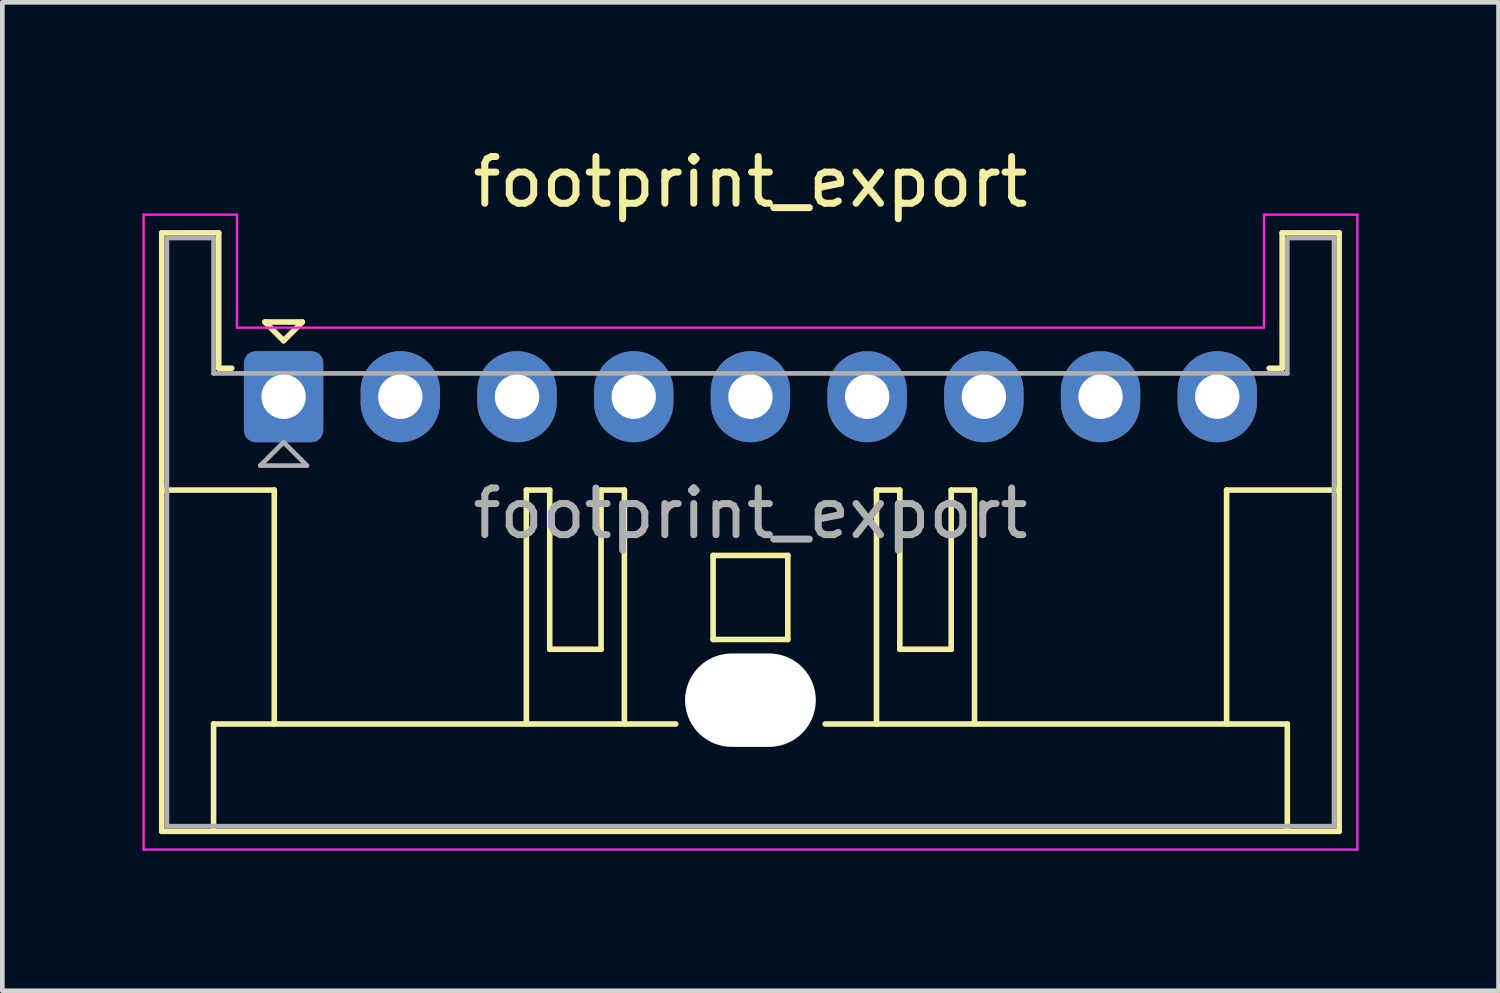
<source format=kicad_pcb>
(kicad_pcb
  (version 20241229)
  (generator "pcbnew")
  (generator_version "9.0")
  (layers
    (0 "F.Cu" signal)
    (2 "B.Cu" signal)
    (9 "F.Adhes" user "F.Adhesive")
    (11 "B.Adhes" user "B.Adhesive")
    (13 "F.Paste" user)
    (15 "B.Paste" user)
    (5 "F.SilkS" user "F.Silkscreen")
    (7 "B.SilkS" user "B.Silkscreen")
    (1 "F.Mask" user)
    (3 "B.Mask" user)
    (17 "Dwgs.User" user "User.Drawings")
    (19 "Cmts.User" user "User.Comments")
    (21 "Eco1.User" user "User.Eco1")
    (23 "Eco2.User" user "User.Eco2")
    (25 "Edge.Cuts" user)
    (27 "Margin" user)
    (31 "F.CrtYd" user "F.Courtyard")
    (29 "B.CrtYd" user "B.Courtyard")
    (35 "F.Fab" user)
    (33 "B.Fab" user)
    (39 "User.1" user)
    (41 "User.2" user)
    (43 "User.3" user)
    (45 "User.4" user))
  (footprint "footprint_export"
    (layer "F.Cu")
    (at 3.025 5.448)
    (property "Reference" "footprint_export" (at 10 -4.6 0) (layer "F.SilkS") (effects (font (size 1 1) (thickness 0.15))))
    (attr through_hole)
    (fp_line (start -2.61 -3.51) (end -2.61 9.31) (stroke (width 0.12) (type solid)) (layer "F.SilkS"))
    (fp_line (start -2.61 9.31) (end 22.61 9.31) (stroke (width 0.12) (type solid)) (layer "F.SilkS"))
    (fp_line (start -1.5 7.01) (end 8.4 7.01) (stroke (width 0.12) (type solid)) (layer "F.SilkS"))
    (fp_line (start -1.5 9.31) (end -1.5 7.01) (stroke (width 0.12) (type solid)) (layer "F.SilkS"))
    (fp_line (start -1.39 -3.51) (end -2.61 -3.51) (stroke (width 0.12) (type solid)) (layer "F.SilkS"))
    (fp_line (start -1.39 -0.61) (end -1.39 -3.51) (stroke (width 0.12) (type solid)) (layer "F.SilkS"))
    (fp_line (start -1.11 -0.61) (end -1.39 -0.61) (stroke (width 0.12) (type solid)) (layer "F.SilkS"))
    (fp_line (start -0.4 -1.6) (end 0.4 -1.6) (stroke (width 0.12) (type solid)) (layer "F.SilkS"))
    (fp_line (start -0.2 2) (end -2.61 2) (stroke (width 0.12) (type solid)) (layer "F.SilkS"))
    (fp_line (start -0.2 7.01) (end -0.2 2) (stroke (width 0.12) (type solid)) (layer "F.SilkS"))
    (fp_line (start 0 -1.2) (end -0.4 -1.6) (stroke (width 0.12) (type solid)) (layer "F.SilkS"))
    (fp_line (start 0.4 -1.6) (end 0 -1.2) (stroke (width 0.12) (type solid)) (layer "F.SilkS"))
    (fp_line (start 5.2 2) (end 5.2 7.01) (stroke (width 0.12) (type solid)) (layer "F.SilkS"))
    (fp_line (start 5.7 2) (end 5.2 2) (stroke (width 0.12) (type solid)) (layer "F.SilkS"))
    (fp_line (start 5.7 5.41) (end 5.7 2) (stroke (width 0.12) (type solid)) (layer "F.SilkS"))
    (fp_line (start 6.8 2) (end 6.8 5.41) (stroke (width 0.12) (type solid)) (layer "F.SilkS"))
    (fp_line (start 6.8 5.41) (end 5.7 5.41) (stroke (width 0.12) (type solid)) (layer "F.SilkS"))
    (fp_line (start 7.3 2) (end 6.8 2) (stroke (width 0.12) (type solid)) (layer "F.SilkS"))
    (fp_line (start 7.3 7.01) (end 7.3 2) (stroke (width 0.12) (type solid)) (layer "F.SilkS"))
    (fp_line (start 9.2 3.4) (end 10.8 3.4) (stroke (width 0.12) (type solid)) (layer "F.SilkS"))
    (fp_line (start 9.2 5.2) (end 9.2 3.4) (stroke (width 0.12) (type solid)) (layer "F.SilkS"))
    (fp_line (start 10.8 3.4) (end 10.8 5.2) (stroke (width 0.12) (type solid)) (layer "F.SilkS"))
    (fp_line (start 10.8 5.2) (end 9.2 5.2) (stroke (width 0.12) (type solid)) (layer "F.SilkS"))
    (fp_line (start 11.6 7.01) (end 21.5 7.01) (stroke (width 0.12) (type solid)) (layer "F.SilkS"))
    (fp_line (start 12.7 2) (end 13.2 2) (stroke (width 0.12) (type solid)) (layer "F.SilkS"))
    (fp_line (start 12.7 7.01) (end 12.7 2) (stroke (width 0.12) (type solid)) (layer "F.SilkS"))
    (fp_line (start 13.2 2) (end 13.2 5.41) (stroke (width 0.12) (type solid)) (layer "F.SilkS"))
    (fp_line (start 13.2 5.41) (end 14.3 5.41) (stroke (width 0.12) (type solid)) (layer "F.SilkS"))
    (fp_line (start 14.3 2) (end 14.8 2) (stroke (width 0.12) (type solid)) (layer "F.SilkS"))
    (fp_line (start 14.3 5.41) (end 14.3 2) (stroke (width 0.12) (type solid)) (layer "F.SilkS"))
    (fp_line (start 14.8 2) (end 14.8 7.01) (stroke (width 0.12) (type solid)) (layer "F.SilkS"))
    (fp_line (start 20.2 2) (end 22.61 2) (stroke (width 0.12) (type solid)) (layer "F.SilkS"))
    (fp_line (start 20.2 7.01) (end 20.2 2) (stroke (width 0.12) (type solid)) (layer "F.SilkS"))
    (fp_line (start 21.39 -3.51) (end 21.39 -0.61) (stroke (width 0.12) (type solid)) (layer "F.SilkS"))
    (fp_line (start 21.39 -0.61) (end 21.11 -0.61) (stroke (width 0.12) (type solid)) (layer "F.SilkS"))
    (fp_line (start 21.5 7.01) (end 21.5 9.31) (stroke (width 0.12) (type solid)) (layer "F.SilkS"))
    (fp_line (start 22.61 -3.51) (end 21.39 -3.51) (stroke (width 0.12) (type solid)) (layer "F.SilkS"))
    (fp_line (start 22.61 9.31) (end 22.61 -3.51) (stroke (width 0.12) (type solid)) (layer "F.SilkS"))
    (fp_line (start -3 -3.9) (end -3 9.7) (stroke (width 0.05) (type solid)) (layer "F.CrtYd"))
    (fp_line (start -3 9.7) (end 23 9.7) (stroke (width 0.05) (type solid)) (layer "F.CrtYd"))
    (fp_line (start -1 -3.9) (end -3 -3.9) (stroke (width 0.05) (type solid)) (layer "F.CrtYd"))
    (fp_line (start -1 -1.48) (end -1 -3.9) (stroke (width 0.05) (type solid)) (layer "F.CrtYd"))
    (fp_line (start 21 -3.9) (end 21 -1.48) (stroke (width 0.05) (type solid)) (layer "F.CrtYd"))
    (fp_line (start 21 -1.48) (end -1 -1.48) (stroke (width 0.05) (type solid)) (layer "F.CrtYd"))
    (fp_line (start 23 -3.9) (end 21 -3.9) (stroke (width 0.05) (type solid)) (layer "F.CrtYd"))
    (fp_line (start 23 9.7) (end 23 -3.9) (stroke (width 0.05) (type solid)) (layer "F.CrtYd"))
    (fp_line (start -2.5 -3.4) (end -2.5 9.2) (stroke (width 0.1) (type solid)) (layer "F.Fab"))
    (fp_line (start -2.5 9.2) (end 22.5 9.2) (stroke (width 0.1) (type solid)) (layer "F.Fab"))
    (fp_line (start -1.5 -3.4) (end -2.5 -3.4) (stroke (width 0.1) (type solid)) (layer "F.Fab"))
    (fp_line (start -1.5 -0.5) (end -1.5 -3.4) (stroke (width 0.1) (type solid)) (layer "F.Fab"))
    (fp_line (start -0.5 1.475) (end 0.5 1.475) (stroke (width 0.1) (type solid)) (layer "F.Fab"))
    (fp_line (start 0 0.975) (end -0.5 1.475) (stroke (width 0.1) (type solid)) (layer "F.Fab"))
    (fp_line (start 0.5 1.475) (end 0 0.975) (stroke (width 0.1) (type solid)) (layer "F.Fab"))
    (fp_line (start 21.5 -3.4) (end 21.5 -0.5) (stroke (width 0.1) (type solid)) (layer "F.Fab"))
    (fp_line (start 21.5 -0.5) (end -1.5 -0.5) (stroke (width 0.1) (type solid)) (layer "F.Fab"))
    (fp_line (start 22.5 -3.4) (end 21.5 -3.4) (stroke (width 0.1) (type solid)) (layer "F.Fab"))
    (fp_line (start 22.5 9.2) (end 22.5 -3.4) (stroke (width 0.1) (type solid)) (layer "F.Fab"))
    (fp_text user "${REFERENCE}" (at 10 2.5 0) (layer "F.Fab") (effects (font (size 1 1) (thickness 0.15))))
    (pad "" np_thru_hole oval (at 10 6.5) (size 2.8 2) (drill oval 2.8 2) (layers "*.Cu" "*.Mask"))
    (pad "1" thru_hole roundrect (at 0 0) (size 1.7 1.95) (drill 0.95) (layers "*.Cu" "*.Mask") (roundrect_rratio 0.147))
    (pad "2" thru_hole oval (at 2.5 0) (size 1.7 1.95) (drill 0.95) (layers "*.Cu" "*.Mask"))
    (pad "3" thru_hole oval (at 5 0) (size 1.7 1.95) (drill 0.95) (layers "*.Cu" "*.Mask"))
    (pad "4" thru_hole oval (at 7.5 0) (size 1.7 1.95) (drill 0.95) (layers "*.Cu" "*.Mask"))
    (pad "5" thru_hole oval (at 10 0) (size 1.7 1.95) (drill 0.95) (layers "*.Cu" "*.Mask"))
    (pad "6" thru_hole oval (at 12.5 0) (size 1.7 1.95) (drill 0.95) (layers "*.Cu" "*.Mask"))
    (pad "7" thru_hole oval (at 15 0) (size 1.7 1.95) (drill 0.95) (layers "*.Cu" "*.Mask"))
    (pad "8" thru_hole oval (at 17.5 0) (size 1.7 1.95) (drill 0.95) (layers "*.Cu" "*.Mask"))
    (pad "9" thru_hole oval (at 20 0) (size 1.7 1.95) (drill 0.95) (layers "*.Cu" "*.Mask")))
  (gr_rect
    (start -3 -3)
    (end 29.05 18.173)
    (stroke (width 0.1) (type default))
    (fill no)
    (layer "Edge.Cuts")))
</source>
